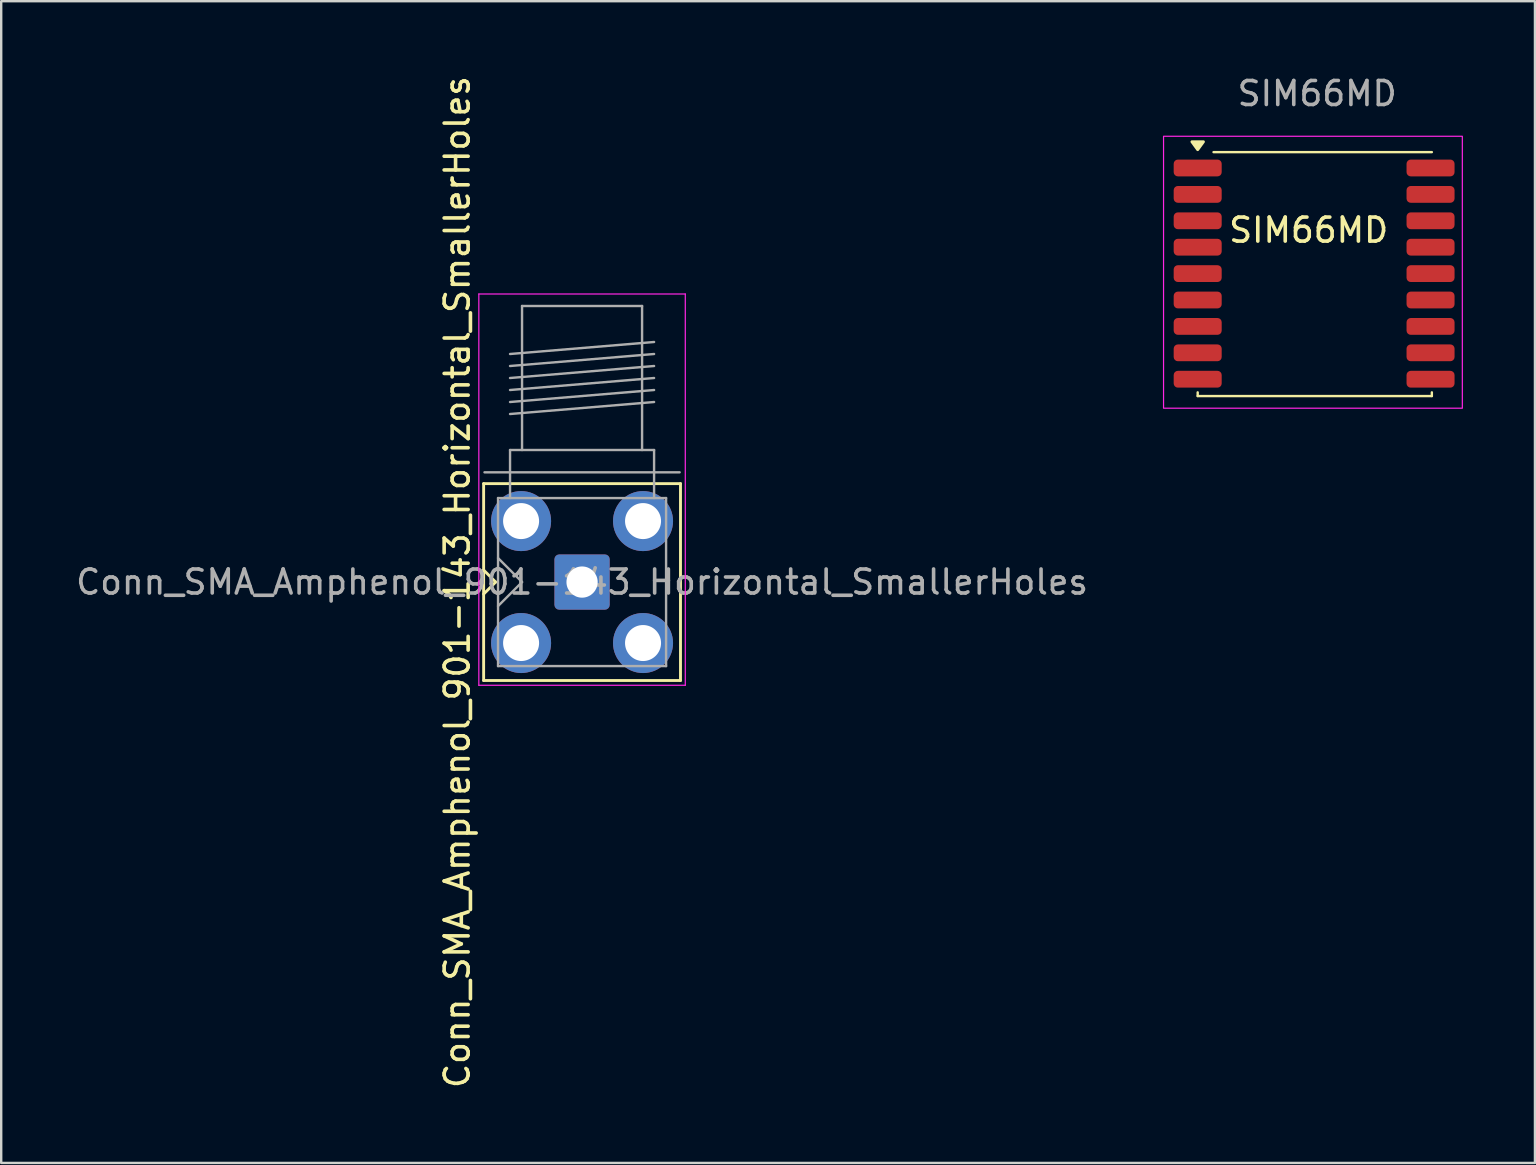
<source format=kicad_pcb>
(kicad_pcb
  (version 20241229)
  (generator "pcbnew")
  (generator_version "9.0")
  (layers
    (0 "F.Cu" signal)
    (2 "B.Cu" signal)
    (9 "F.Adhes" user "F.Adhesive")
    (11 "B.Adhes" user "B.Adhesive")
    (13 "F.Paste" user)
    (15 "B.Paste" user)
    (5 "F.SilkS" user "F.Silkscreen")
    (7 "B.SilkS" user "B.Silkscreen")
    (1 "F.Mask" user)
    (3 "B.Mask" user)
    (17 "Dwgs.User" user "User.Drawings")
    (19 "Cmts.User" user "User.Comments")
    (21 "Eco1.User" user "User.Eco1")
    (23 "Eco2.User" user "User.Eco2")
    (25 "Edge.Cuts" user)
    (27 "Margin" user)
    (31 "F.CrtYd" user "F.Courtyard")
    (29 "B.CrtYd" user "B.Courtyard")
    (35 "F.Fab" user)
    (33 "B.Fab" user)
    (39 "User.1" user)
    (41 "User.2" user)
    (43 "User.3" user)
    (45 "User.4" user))
  (footprint "SIM66MD"
    (layer "F.Cu")
    (at 46.84 3.947)
    (property "Reference" "SIM66MD" (at 4.623 2.591 0) (unlocked yes) (layer "F.SilkS") (effects (font (size 1 1) (thickness 0.15))))
    (attr smd)
    (fp_line (start 0 9.347) (end 0 9.5) (stroke (width 0.1) (type default)) (layer "F.SilkS"))
    (fp_line (start 0.66 -0.66) (end 9.754 -0.66) (stroke (width 0.1) (type default)) (layer "F.SilkS"))
    (fp_line (start 9.754 9.347) (end 9.754 9.5) (stroke (width 0.1) (type default)) (layer "F.SilkS"))
    (fp_line (start 9.754 9.5) (end 0 9.5) (stroke (width 0.1) (type default)) (layer "F.SilkS"))
    (fp_poly (pts (xy 0 -0.762) (xy -0.24 -1.092) (xy 0.24 -1.092) (xy 0 -0.762)) (stroke (width 0.12) (type solid)) (fill yes) (layer "F.SilkS"))
    (fp_rect (start -1.422 -1.321) (end 11.024 10.008) (stroke (width 0.05) (type default)) (fill no) (layer "F.CrtYd"))
    (fp_text user "${REFERENCE}" (at 4.978 -3.099 0) (unlocked yes) (layer "F.Fab") (effects (font (size 1 1) (thickness 0.15))))
    (pad "1" smd roundrect (at 0 0) (size 2 0.7) (layers "F.Cu" "F.Mask" "F.Paste") (roundrect_rratio 0.25))
    (pad "2" smd roundrect (at 0 1.1) (size 2 0.7) (layers "F.Cu" "F.Mask" "F.Paste") (roundrect_rratio 0.25))
    (pad "3" smd roundrect (at 0 2.2) (size 2 0.7) (layers "F.Cu" "F.Mask" "F.Paste") (roundrect_rratio 0.25))
    (pad "4" smd roundrect (at 0 3.3) (size 2 0.7) (layers "F.Cu" "F.Mask" "F.Paste") (roundrect_rratio 0.25))
    (pad "5" smd roundrect (at 0 4.4) (size 2 0.7) (layers "F.Cu" "F.Mask" "F.Paste") (roundrect_rratio 0.25))
    (pad "6" smd roundrect (at 0 5.5) (size 2 0.7) (layers "F.Cu" "F.Mask" "F.Paste") (roundrect_rratio 0.25))
    (pad "7" smd roundrect (at 0 6.6) (size 2 0.7) (layers "F.Cu" "F.Mask" "F.Paste") (roundrect_rratio 0.25))
    (pad "8" smd roundrect (at 0 7.7) (size 2 0.7) (layers "F.Cu" "F.Mask" "F.Paste") (roundrect_rratio 0.25))
    (pad "9" smd roundrect (at 0 8.8) (size 2 0.7) (layers "F.Cu" "F.Mask" "F.Paste") (roundrect_rratio 0.25))
    (pad "10" smd roundrect (at 9.7 8.8 180) (size 2 0.7) (layers "F.Cu" "F.Mask" "F.Paste") (roundrect_rratio 0.25))
    (pad "11" smd roundrect (at 9.7 7.7 180) (size 2 0.7) (layers "F.Cu" "F.Mask" "F.Paste") (roundrect_rratio 0.25))
    (pad "12" smd roundrect (at 9.7 6.6 180) (size 2 0.7) (layers "F.Cu" "F.Mask" "F.Paste") (roundrect_rratio 0.25))
    (pad "13" smd roundrect (at 9.7 5.5 180) (size 2 0.7) (layers "F.Cu" "F.Mask" "F.Paste") (roundrect_rratio 0.25))
    (pad "14" smd roundrect (at 9.7 4.4 180) (size 2 0.7) (layers "F.Cu" "F.Mask" "F.Paste") (roundrect_rratio 0.25))
    (pad "15" smd roundrect (at 9.7 3.3 180) (size 2 0.7) (layers "F.Cu" "F.Mask" "F.Paste") (roundrect_rratio 0.25))
    (pad "16" smd roundrect (at 9.7 2.2 180) (size 2 0.7) (layers "F.Cu" "F.Mask" "F.Paste") (roundrect_rratio 0.25))
    (pad "17" smd roundrect (at 9.7 1.1 180) (size 2 0.7) (layers "F.Cu" "F.Mask" "F.Paste") (roundrect_rratio 0.25))
    (pad "18" smd roundrect (at 9.7 0 180) (size 2 0.7) (layers "F.Cu" "F.Mask" "F.Paste") (roundrect_rratio 0.25)))
  (footprint "Conn_SMA_Amphenol_901-143_Horizontal_SmallerHoles"
    (layer "F.Cu")
    (at 21.196 21.196)
    (property "Reference" "Conn_SMA_Amphenol_901-143_Horizontal_SmallerHoles" (at -5.2 0 90) (layer "F.SilkS") (effects (font (size 1 1) (thickness 0.15))))
    (attr through_hole)
    (fp_line (start -4.1 -4.1) (end -4.1 4.1) (stroke (width 0.12) (type solid)) (layer "F.SilkS"))
    (fp_line (start -4.1 -4.1) (end 4.1 -4.1) (stroke (width 0.12) (type solid)) (layer "F.SilkS"))
    (fp_line (start -4.1 0.5) (end -3.6 0) (stroke (width 0.12) (type solid)) (layer "F.SilkS"))
    (fp_line (start -4.1 4.1) (end 4.1 4.1) (stroke (width 0.12) (type solid)) (layer "F.SilkS"))
    (fp_line (start -3.6 0) (end -4.1 -0.5) (stroke (width 0.12) (type solid)) (layer "F.SilkS"))
    (fp_line (start 4.1 -4.1) (end 4.1 4.1) (stroke (width 0.12) (type solid)) (layer "F.SilkS"))
    (fp_line (start -4.3 -12) (end -4.3 4.3) (stroke (width 0.05) (type solid)) (layer "F.CrtYd"))
    (fp_line (start -4.3 -12) (end 4.3 -12) (stroke (width 0.05) (type solid)) (layer "F.CrtYd"))
    (fp_line (start 4.3 4.3) (end -4.3 4.3) (stroke (width 0.05) (type solid)) (layer "F.CrtYd"))
    (fp_line (start 4.3 4.3) (end 4.3 -12) (stroke (width 0.05) (type solid)) (layer "F.CrtYd"))
    (fp_line (start -4.064 -4.572) (end 4.064 -4.572) (stroke (width 0.1) (type default)) (layer "F.Fab"))
    (fp_line (start -3.5 -3.5) (end -3.5 3.5) (stroke (width 0.1) (type solid)) (layer "F.Fab"))
    (fp_line (start -3.5 -3.5) (end 3.5 -3.5) (stroke (width 0.1) (type solid)) (layer "F.Fab"))
    (fp_line (start -3.5 -1) (end -2.5 0) (stroke (width 0.1) (type solid)) (layer "F.Fab"))
    (fp_line (start -3.5 3.5) (end 3.5 3.5) (stroke (width 0.1) (type solid)) (layer "F.Fab"))
    (fp_line (start -3 -9.5) (end 3 -10) (stroke (width 0.1) (type solid)) (layer "F.Fab"))
    (fp_line (start -3 -9) (end 3 -9.5) (stroke (width 0.1) (type solid)) (layer "F.Fab"))
    (fp_line (start -3 -8.5) (end 3 -9) (stroke (width 0.1) (type solid)) (layer "F.Fab"))
    (fp_line (start -3 -8) (end 3 -8.5) (stroke (width 0.1) (type solid)) (layer "F.Fab"))
    (fp_line (start -3 -7.5) (end 3 -8) (stroke (width 0.1) (type solid)) (layer "F.Fab"))
    (fp_line (start -3 -7) (end 3 -7.5) (stroke (width 0.1) (type solid)) (layer "F.Fab"))
    (fp_line (start -3 -5.5) (end -3 -3.5) (stroke (width 0.1) (type solid)) (layer "F.Fab"))
    (fp_line (start -2.5 -11.5) (end -2.5 -5.5) (stroke (width 0.1) (type solid)) (layer "F.Fab"))
    (fp_line (start -2.5 -11.5) (end 2.5 -11.5) (stroke (width 0.1) (type solid)) (layer "F.Fab"))
    (fp_line (start -2.5 0) (end -3.5 1) (stroke (width 0.1) (type solid)) (layer "F.Fab"))
    (fp_line (start 2.5 -11.5) (end 2.5 -5.5) (stroke (width 0.1) (type solid)) (layer "F.Fab"))
    (fp_line (start 3 -5.5) (end -3 -5.5) (stroke (width 0.1) (type solid)) (layer "F.Fab"))
    (fp_line (start 3 -5.5) (end 3 -3.5) (stroke (width 0.1) (type solid)) (layer "F.Fab"))
    (fp_line (start 3.5 -3.5) (end 3.5 3.5) (stroke (width 0.1) (type solid)) (layer "F.Fab"))
    (fp_text user "${REFERENCE}" (at 0 0 0) (layer "F.Fab") (effects (font (size 1 1) (thickness 0.15))))
    (pad "1" thru_hole roundrect (at 0 0) (size 2.3 2.3) (drill 1.3) (layers "*.Cu" "*.Mask") (remove_unused_layers yes) (keep_end_layers yes) (zone_layer_connections) (roundrect_rratio 0.087))
    (pad "2" thru_hole circle (at -2.54 -2.54) (size 2.5 2.5) (drill 1.5) (layers "*.Cu" "*.Mask") (remove_unused_layers yes) (keep_end_layers yes) (zone_layer_connections))
    (pad "2" thru_hole circle (at -2.54 2.54) (size 2.5 2.5) (drill 1.5) (layers "*.Cu" "*.Mask") (remove_unused_layers yes) (keep_end_layers yes) (zone_layer_connections))
    (pad "2" thru_hole circle (at 2.54 -2.54) (size 2.5 2.5) (drill 1.5) (layers "*.Cu" "*.Mask") (remove_unused_layers yes) (keep_end_layers yes) (zone_layer_connections))
    (pad "2" thru_hole circle (at 2.54 2.54) (size 2.5 2.5) (drill 1.5) (layers "*.Cu" "*.Mask") (remove_unused_layers yes) (keep_end_layers yes) (zone_layer_connections)))
  (gr_rect
    (start -3 -3)
    (end 60.889 45.393)
    (stroke (width 0.1) (type default))
    (fill no)
    (layer "Edge.Cuts")))
</source>
